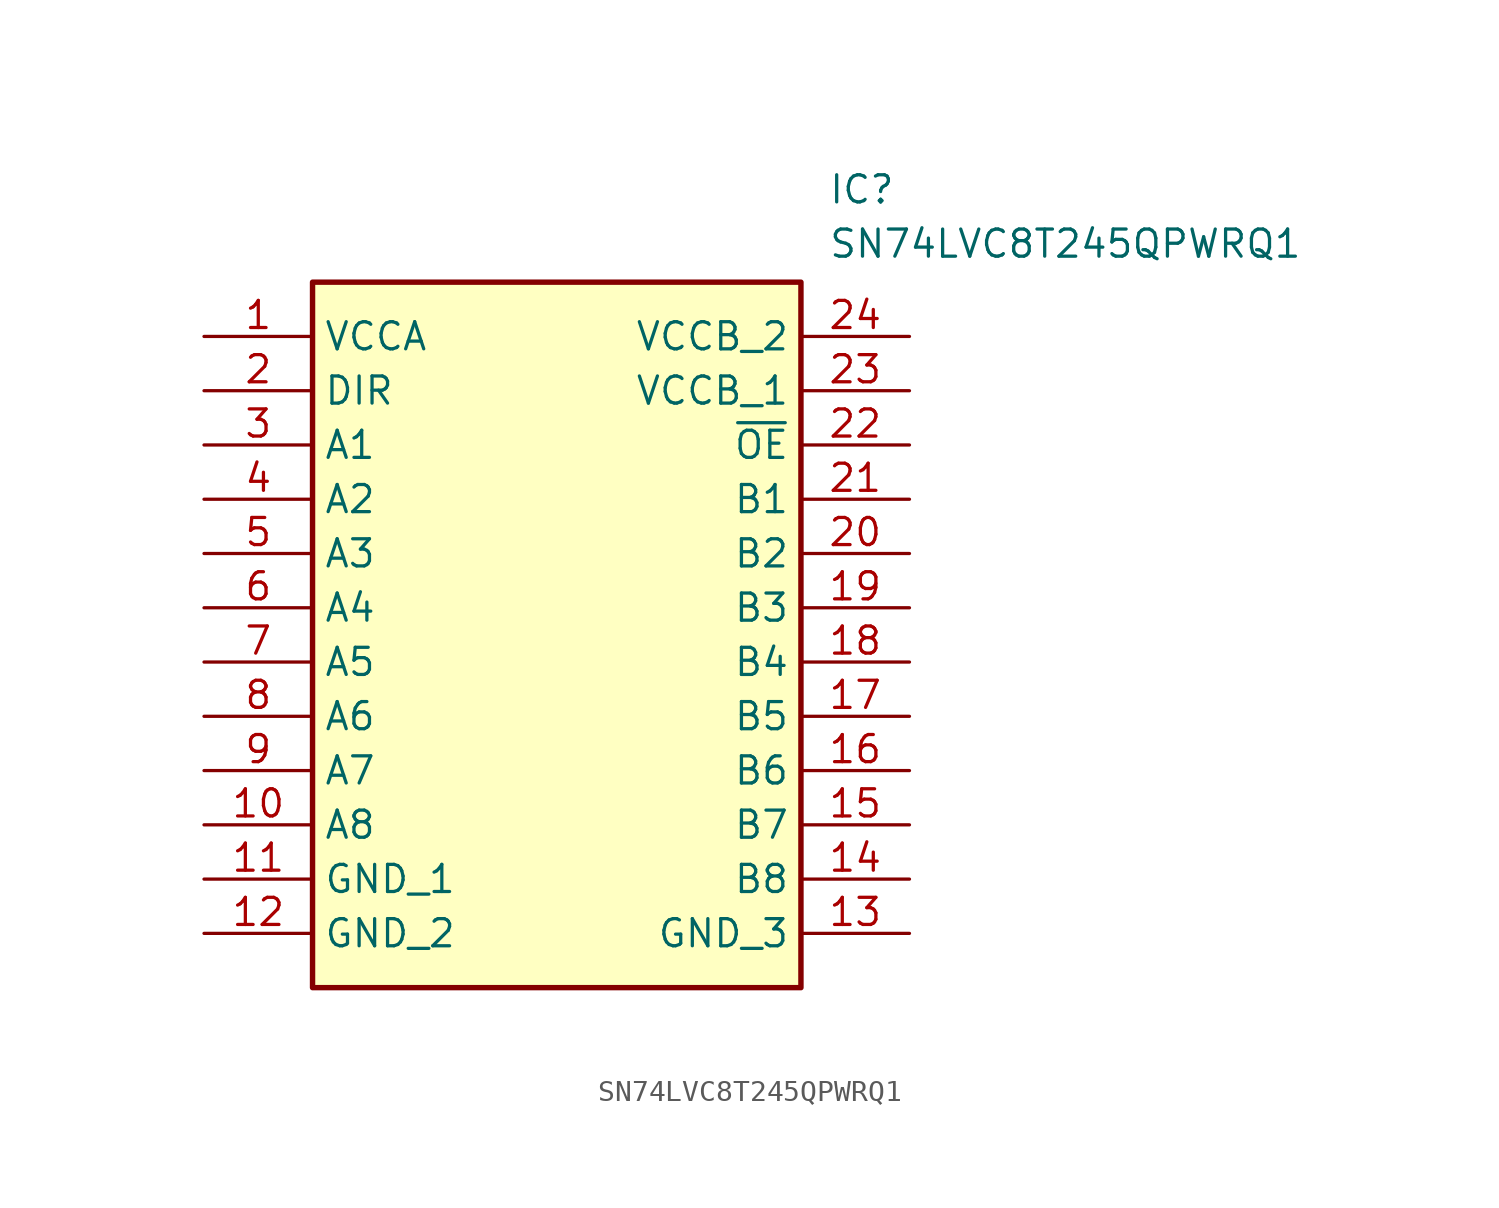
<source format=kicad_sym>
(kicad_symbol_lib
  (version 20211014)
  (generator SamacSys_ECAD_Model)
  (symbol "SN74LVC8T245QPWRQ1"
    (property "Reference" "IC"
      (at 29.21 7.62 0)
      (effects (font (size 1.27 1.27)) (justify left top)))
    (property "Value" "SN74LVC8T245QPWRQ1"
      (at 29.21 5.08 0)
      (effects (font (size 1.27 1.27)) (justify left top)))
    (rectangle
      (start 5.08 2.54)
      (end 27.94 -30.48)
      (stroke (width 0.254) (type default))
      (fill (type background)))
    (pin passive line
      (at 0 0 0)
      (length 5.08)
      (name "VCCA" (effects (font (size 1.27 1.27))))
      (number "1" (effects (font (size 1.27 1.27)))))
    (pin passive line
      (at 0 -2.54 0)
      (length 5.08)
      (name "DIR" (effects (font (size 1.27 1.27))))
      (number "2" (effects (font (size 1.27 1.27)))))
    (pin passive line
      (at 0 -5.08 0)
      (length 5.08)
      (name "A1" (effects (font (size 1.27 1.27))))
      (number "3" (effects (font (size 1.27 1.27)))))
    (pin passive line
      (at 0 -7.62 0)
      (length 5.08)
      (name "A2" (effects (font (size 1.27 1.27))))
      (number "4" (effects (font (size 1.27 1.27)))))
    (pin passive line
      (at 0 -10.16 0)
      (length 5.08)
      (name "A3" (effects (font (size 1.27 1.27))))
      (number "5" (effects (font (size 1.27 1.27)))))
    (pin passive line
      (at 0 -12.7 0)
      (length 5.08)
      (name "A4" (effects (font (size 1.27 1.27))))
      (number "6" (effects (font (size 1.27 1.27)))))
    (pin passive line
      (at 0 -15.24 0)
      (length 5.08)
      (name "A5" (effects (font (size 1.27 1.27))))
      (number "7" (effects (font (size 1.27 1.27)))))
    (pin passive line
      (at 0 -17.78 0)
      (length 5.08)
      (name "A6" (effects (font (size 1.27 1.27))))
      (number "8" (effects (font (size 1.27 1.27)))))
    (pin passive line
      (at 0 -20.32 0)
      (length 5.08)
      (name "A7" (effects (font (size 1.27 1.27))))
      (number "9" (effects (font (size 1.27 1.27)))))
    (pin passive line
      (at 0 -22.86 0)
      (length 5.08)
      (name "A8" (effects (font (size 1.27 1.27))))
      (number "10" (effects (font (size 1.27 1.27)))))
    (pin passive line
      (at 0 -25.4 0)
      (length 5.08)
      (name "GND_1" (effects (font (size 1.27 1.27))))
      (number "11" (effects (font (size 1.27 1.27)))))
    (pin passive line
      (at 0 -27.94 0)
      (length 5.08)
      (name "GND_2" (effects (font (size 1.27 1.27))))
      (number "12" (effects (font (size 1.27 1.27)))))
    (pin passive line
      (at 33.02 0 180)
      (length 5.08)
      (name "VCCB_2" (effects (font (size 1.27 1.27))))
      (number "24" (effects (font (size 1.27 1.27)))))
    (pin passive line
      (at 33.02 -2.54 180)
      (length 5.08)
      (name "VCCB_1" (effects (font (size 1.27 1.27))))
      (number "23" (effects (font (size 1.27 1.27)))))
    (pin passive line
      (at 33.02 -5.08 180)
      (length 5.08)
      (name "~{OE}" (effects (font (size 1.27 1.27))))
      (number "22" (effects (font (size 1.27 1.27)))))
    (pin passive line
      (at 33.02 -7.62 180)
      (length 5.08)
      (name "B1" (effects (font (size 1.27 1.27))))
      (number "21" (effects (font (size 1.27 1.27)))))
    (pin passive line
      (at 33.02 -10.16 180)
      (length 5.08)
      (name "B2" (effects (font (size 1.27 1.27))))
      (number "20" (effects (font (size 1.27 1.27)))))
    (pin passive line
      (at 33.02 -12.7 180)
      (length 5.08)
      (name "B3" (effects (font (size 1.27 1.27))))
      (number "19" (effects (font (size 1.27 1.27)))))
    (pin passive line
      (at 33.02 -15.24 180)
      (length 5.08)
      (name "B4" (effects (font (size 1.27 1.27))))
      (number "18" (effects (font (size 1.27 1.27)))))
    (pin passive line
      (at 33.02 -17.78 180)
      (length 5.08)
      (name "B5" (effects (font (size 1.27 1.27))))
      (number "17" (effects (font (size 1.27 1.27)))))
    (pin passive line
      (at 33.02 -20.32 180)
      (length 5.08)
      (name "B6" (effects (font (size 1.27 1.27))))
      (number "16" (effects (font (size 1.27 1.27)))))
    (pin passive line
      (at 33.02 -22.86 180)
      (length 5.08)
      (name "B7" (effects (font (size 1.27 1.27))))
      (number "15" (effects (font (size 1.27 1.27)))))
    (pin passive line
      (at 33.02 -25.4 180)
      (length 5.08)
      (name "B8" (effects (font (size 1.27 1.27))))
      (number "14" (effects (font (size 1.27 1.27)))))
    (pin passive line
      (at 33.02 -27.94 180)
      (length 5.08)
      (name "GND_3" (effects (font (size 1.27 1.27))))
      (number "13" (effects (font (size 1.27 1.27)))))))
</source>
